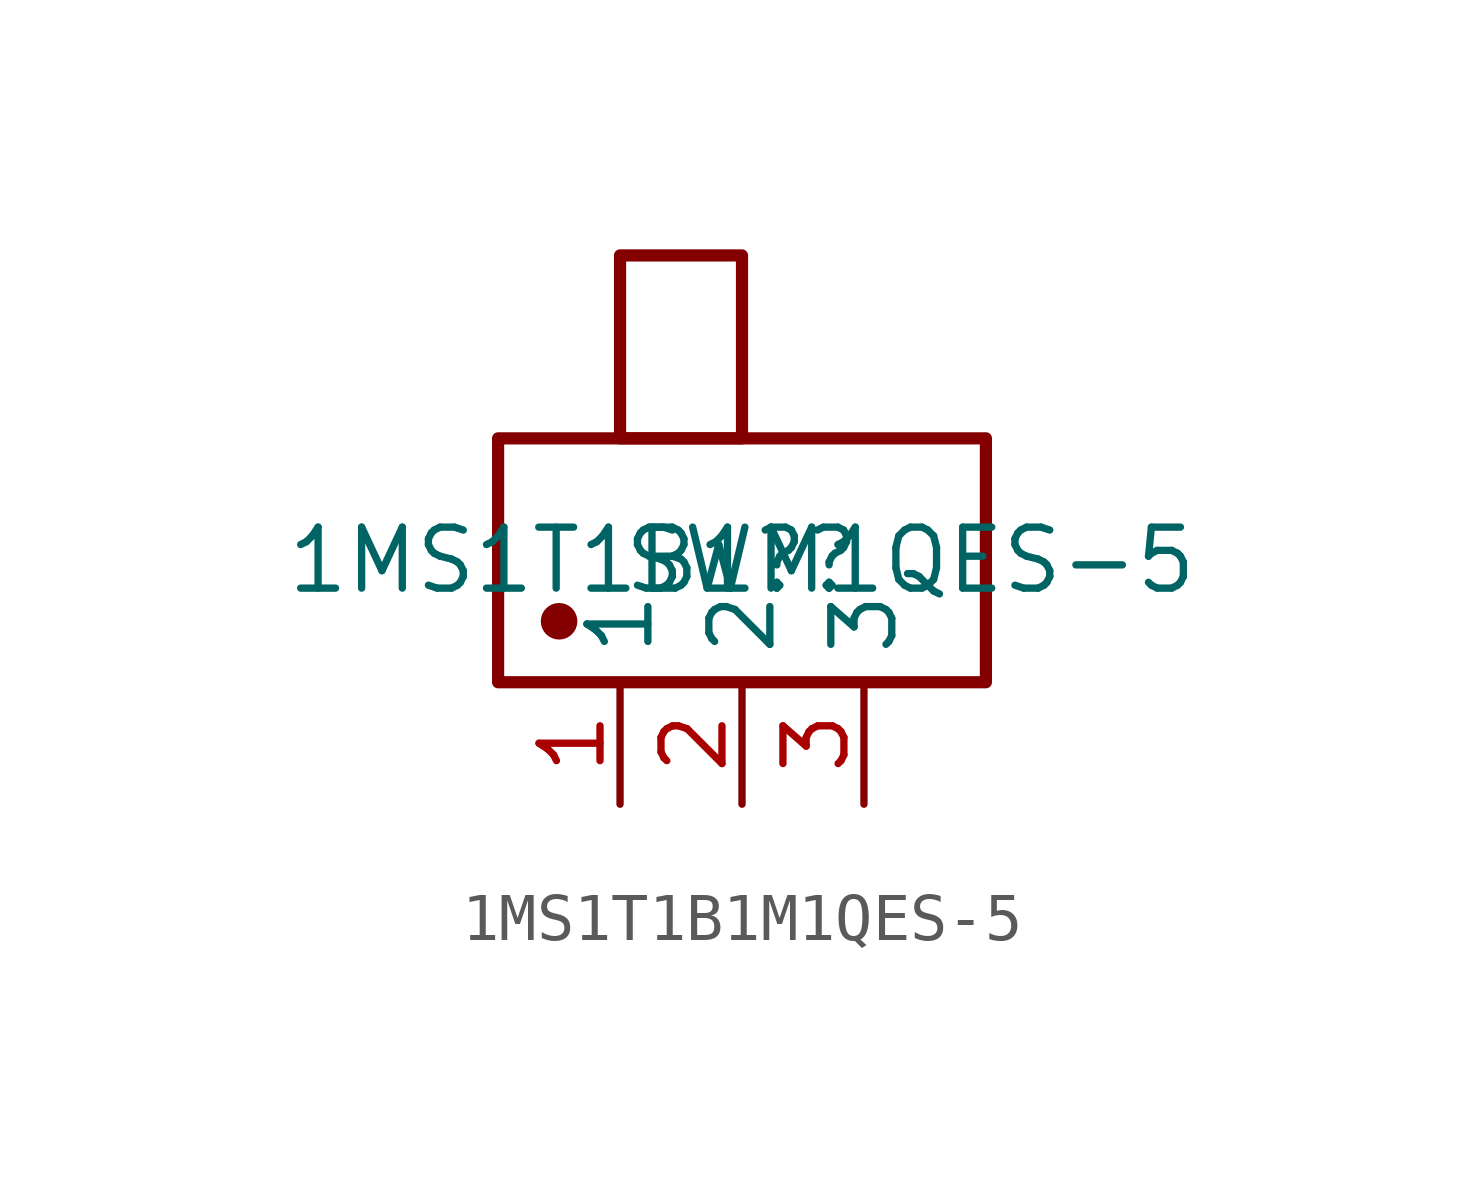
<source format=kicad_sym>
(kicad_symbol_lib
  (version 20241209)
  (generator "kicad_symbol_editor")
  (generator_version "9.0")
  (symbol "1MS1T1B1M1QES-5"
    (property "Reference" "SW?"
      (at 0 0 0)
      (effects (font (size 1.27 1.27))))
    (property "Value" "1MS1T1B1M1QES-5"
      (at 0 0 0)
      (effects (font (size 1.27 1.27))))
    (symbol "1MS1T1B1M1QES-5_0_0"
      (rectangle (start -5.08 2.54) (end 5.08 -2.54) (stroke (width 0.254) (type solid)) (fill (type none)))
      (circle (center -3.81 -1.27) (radius 0.254) (stroke (width 0.254) (type solid)) (fill (type outline)))
      (rectangle (start -2.54 6.35) (end 0 2.54) (stroke (width 0.254) (type solid)) (fill (type none)))
      (pin unspecified line (at -2.54 -5.08 90) (length 2.54) (name "1" (effects (font (size 1.27 1.27)))) (number "1" (effects (font (size 1.27 1.27)))))
      (pin unspecified line (at 0 -5.08 90) (length 2.54) (name "2" (effects (font (size 1.27 1.27)))) (number "2" (effects (font (size 1.27 1.27)))))
      (pin unspecified line (at 2.54 -5.08 90) (length 2.54) (name "3" (effects (font (size 1.27 1.27)))) (number "3" (effects (font (size 1.27 1.27))))))))
</source>
